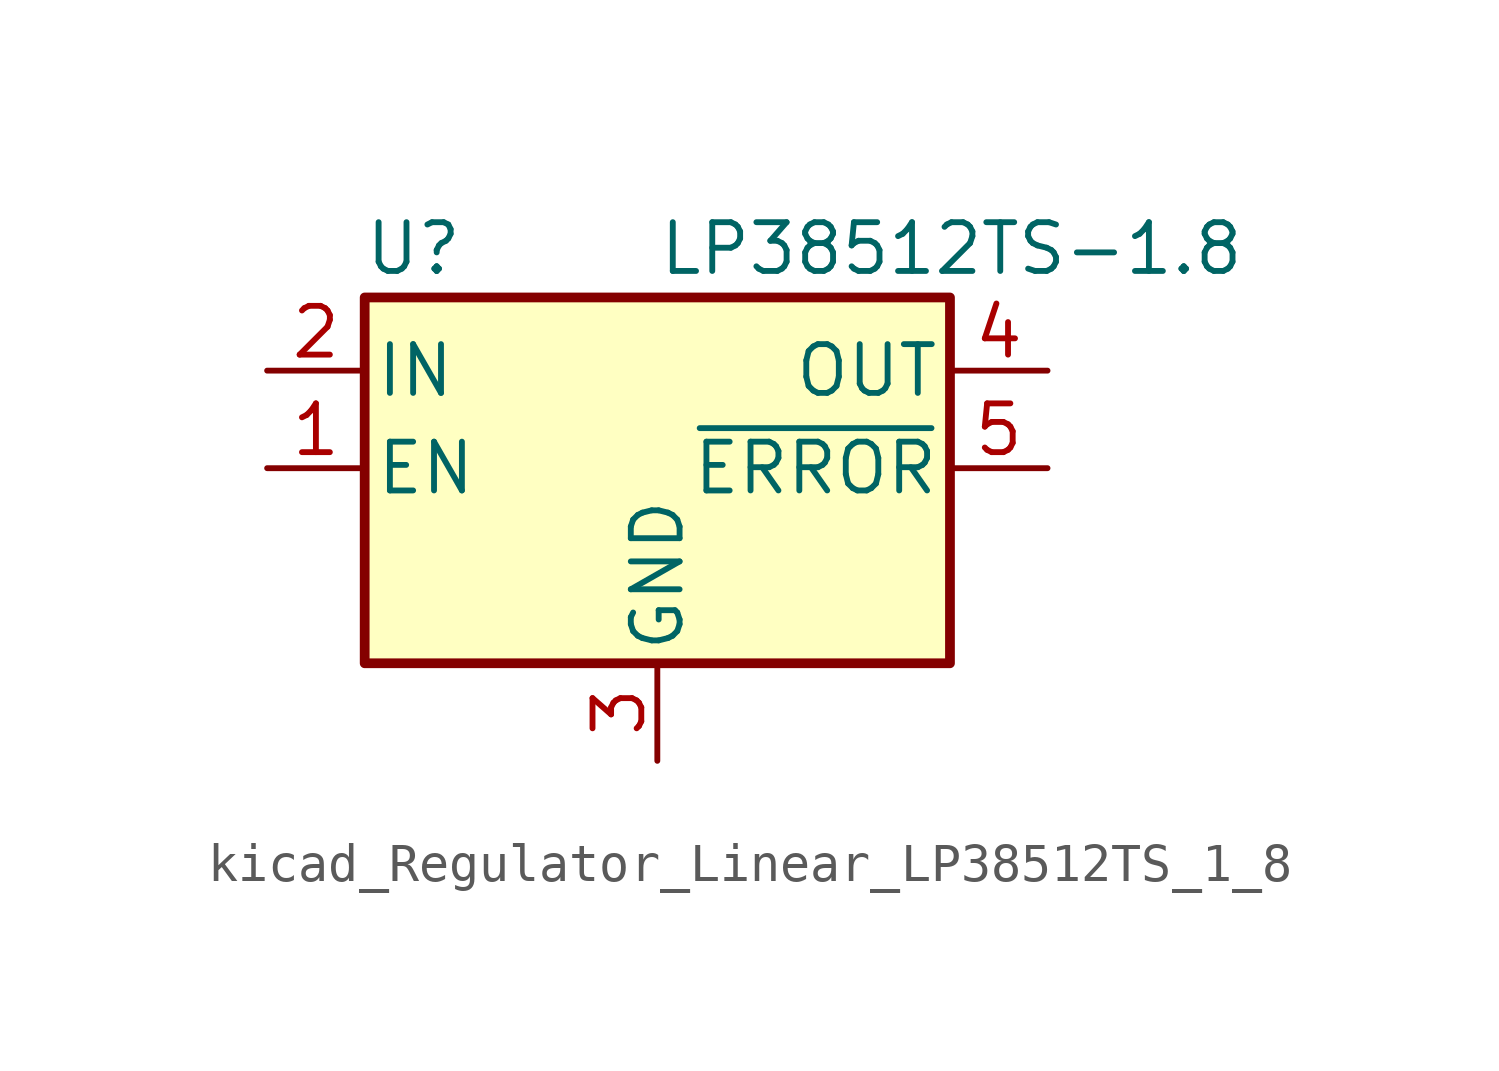
<source format=kicad_sym>
(kicad_symbol_lib
  (version 20220914)
  (generator kicad_symbol_editor)
  (symbol "kicad_Regulator_Linear_LP38512TS_1_8"
    (pin_names
      (offset 0.254))
    (property "Reference" "U"
      (at -6.35 5.715 0)
      (effects (font (size 1.27 1.27))))
    (property "Value" "LP38512TS-1.8"
      (at 0 5.715 0)
      (effects (font (size 1.27 1.27)) (justify left)))
    (symbol "kicad_Regulator_Linear_LP38512TS_1_8_0_1"
      (rectangle (start -7.62 -5.08) (end 7.62 4.445) (stroke (width 0.254) (type default)) (fill (type background))))
    (symbol "kicad_Regulator_Linear_LP38512TS_1_8_1_1"
      (pin input line (at -10.16 0 0) (length 2.54) (name "EN" (effects (font (size 1.27 1.27)))) (number "1" (effects (font (size 1.27 1.27)))))
      (pin power_in line (at -10.16 2.54 0) (length 2.54) (name "IN" (effects (font (size 1.27 1.27)))) (number "2" (effects (font (size 1.27 1.27)))))
      (pin power_in line (at 0 -7.62 90) (length 2.54) (name "GND" (effects (font (size 1.27 1.27)))) (number "3" (effects (font (size 1.27 1.27)))))
      (pin power_out line (at 10.16 2.54 180) (length 2.54) (name "OUT" (effects (font (size 1.27 1.27)))) (number "4" (effects (font (size 1.27 1.27)))))
      (pin open_collector line (at 10.16 0 180) (length 2.54) (name "~{ERROR}" (effects (font (size 1.27 1.27)))) (number "5" (effects (font (size 1.27 1.27)))))
      (pin passive line (at 0 -7.62 90) (length 2.54) hide (name "GND" (effects (font (size 1.27 1.27)))) (number "6" (effects (font (size 1.27 1.27))))))))
</source>
